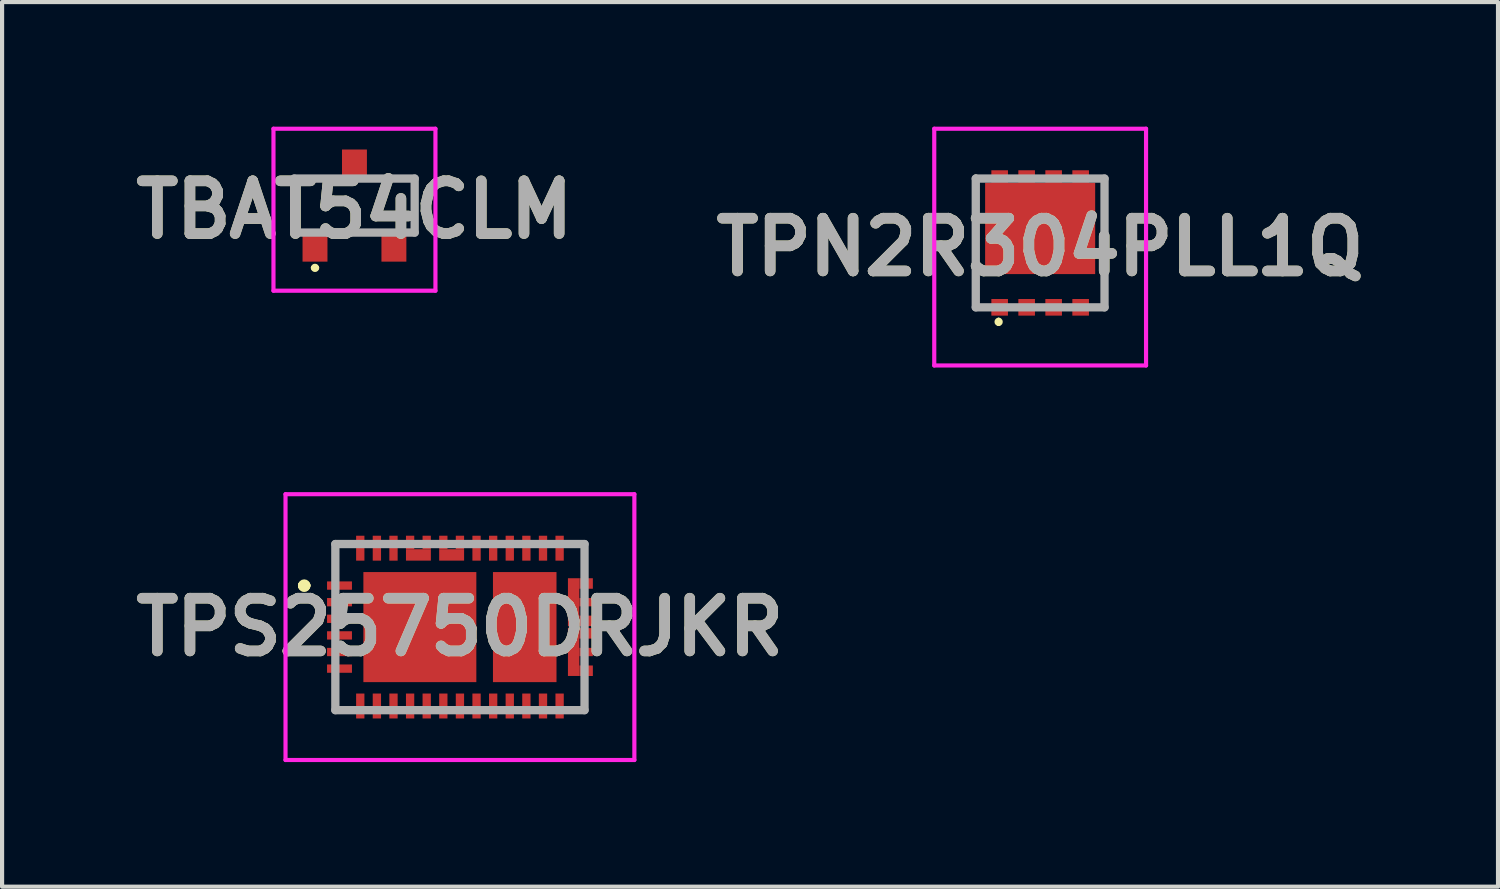
<source format=kicad_pcb>
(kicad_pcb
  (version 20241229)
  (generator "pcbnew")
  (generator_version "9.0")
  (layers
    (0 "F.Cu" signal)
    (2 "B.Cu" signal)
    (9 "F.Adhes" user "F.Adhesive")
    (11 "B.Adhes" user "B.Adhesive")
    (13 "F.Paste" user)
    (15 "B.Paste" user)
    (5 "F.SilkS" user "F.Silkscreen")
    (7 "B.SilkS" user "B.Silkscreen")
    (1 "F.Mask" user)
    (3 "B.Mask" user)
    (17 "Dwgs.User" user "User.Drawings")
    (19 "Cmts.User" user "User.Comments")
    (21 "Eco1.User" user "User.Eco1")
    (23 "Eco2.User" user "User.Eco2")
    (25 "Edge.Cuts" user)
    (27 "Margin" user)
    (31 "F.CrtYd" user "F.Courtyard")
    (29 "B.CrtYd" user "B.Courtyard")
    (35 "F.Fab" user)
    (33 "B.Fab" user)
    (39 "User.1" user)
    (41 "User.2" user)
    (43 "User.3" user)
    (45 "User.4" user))
  (footprint "TPS25750DRJKR"
    (layer "F.Cu")
    (at 8.025 12.05)
    (property "Reference" "TPS25750DRJKR" (at 0 0 0) (layer "F.SilkS") (effects (font (size 1.27 1.27) (thickness 0.254))))
    (attr smd)
    (fp_line (start -3.8 -1) (end -3.8 -1) (stroke (width 0.2) (type solid)) (layer "F.SilkS"))
    (fp_line (start -3.8 -1) (end -3.8 -1) (stroke (width 0.2) (type solid)) (layer "F.SilkS"))
    (fp_line (start -3.7 -1) (end -3.7 -1) (stroke (width 0.2) (type solid)) (layer "F.SilkS"))
    (fp_arc (start -3.8 -1) (mid -3.75 -1.05) (end -3.7 -1) (stroke (width 0.2) (type solid)) (layer "F.SilkS"))
    (fp_arc (start -3.7 -1) (mid -3.75 -0.95) (end -3.8 -1) (stroke (width 0.2) (type solid)) (layer "F.SilkS"))
    (fp_arc (start -3.7 -1) (mid -3.75 -0.95) (end -3.8 -1) (stroke (width 0.2) (type solid)) (layer "F.SilkS"))
    (fp_line (start -4.2 -3.2) (end 4.2 -3.2) (stroke (width 0.1) (type solid)) (layer "F.CrtYd"))
    (fp_line (start -4.2 3.2) (end -4.2 -3.2) (stroke (width 0.1) (type solid)) (layer "F.CrtYd"))
    (fp_line (start 4.2 -3.2) (end 4.2 3.2) (stroke (width 0.1) (type solid)) (layer "F.CrtYd"))
    (fp_line (start 4.2 3.2) (end -4.2 3.2) (stroke (width 0.1) (type solid)) (layer "F.CrtYd"))
    (fp_line (start -3 -2) (end -3 2) (stroke (width 0.2) (type solid)) (layer "F.Fab"))
    (fp_line (start -3 2) (end 3 2) (stroke (width 0.2) (type solid)) (layer "F.Fab"))
    (fp_line (start 3 -2) (end -3 -2) (stroke (width 0.2) (type solid)) (layer "F.Fab"))
    (fp_line (start 3 2) (end 3 -2) (stroke (width 0.2) (type solid)) (layer "F.Fab"))
    (fp_text user "${REFERENCE}" (at 0 0 0) (layer "F.Fab") (effects (font (size 1.27 1.27) (thickness 0.254))))
    (pad "1" smd rect (at -2.9 -1 90) (size 0.2 0.6) (layers "F.Cu" "F.Mask" "F.Paste"))
    (pad "2" smd rect (at -2.9 -0.6 90) (size 0.2 0.6) (layers "F.Cu" "F.Mask" "F.Paste"))
    (pad "3" smd rect (at -2.9 -0.2 90) (size 0.2 0.6) (layers "F.Cu" "F.Mask" "F.Paste"))
    (pad "4" smd rect (at -2.9 0.2 90) (size 0.2 0.6) (layers "F.Cu" "F.Mask" "F.Paste"))
    (pad "5" smd rect (at -2.9 0.6 90) (size 0.2 0.6) (layers "F.Cu" "F.Mask" "F.Paste"))
    (pad "6" smd rect (at -2.9 1 90) (size 0.2 0.6) (layers "F.Cu" "F.Mask" "F.Paste"))
    (pad "7" smd rect (at -2.4 1.9) (size 0.2 0.6) (layers "F.Cu" "F.Mask" "F.Paste"))
    (pad "8" smd rect (at -2 1.9) (size 0.2 0.6) (layers "F.Cu" "F.Mask" "F.Paste"))
    (pad "9" smd rect (at -1.6 1.9) (size 0.2 0.6) (layers "F.Cu" "F.Mask" "F.Paste"))
    (pad "10" smd rect (at -1.2 1.9) (size 0.2 0.6) (layers "F.Cu" "F.Mask" "F.Paste"))
    (pad "11" smd rect (at -0.8 1.9) (size 0.2 0.6) (layers "F.Cu" "F.Mask" "F.Paste"))
    (pad "12" smd rect (at -0.4 1.9) (size 0.2 0.6) (layers "F.Cu" "F.Mask" "F.Paste"))
    (pad "13" smd rect (at 0 1.9) (size 0.2 0.6) (layers "F.Cu" "F.Mask" "F.Paste"))
    (pad "14" smd rect (at 0.4 1.9) (size 0.2 0.6) (layers "F.Cu" "F.Mask" "F.Paste"))
    (pad "15" smd rect (at 0.8 1.9) (size 0.2 0.6) (layers "F.Cu" "F.Mask" "F.Paste"))
    (pad "16" smd rect (at 1.2 1.9) (size 0.2 0.6) (layers "F.Cu" "F.Mask" "F.Paste"))
    (pad "17" smd rect (at 1.6 1.9) (size 0.2 0.6) (layers "F.Cu" "F.Mask" "F.Paste"))
    (pad "18" smd rect (at 2 1.9) (size 0.2 0.6) (layers "F.Cu" "F.Mask" "F.Paste"))
    (pad "19" smd rect (at 2.4 1.9) (size 0.2 0.6) (layers "F.Cu" "F.Mask" "F.Paste"))
    (pad "20" smd rect (at 3.038 1.051 90) (size 0.253 0.325) (layers "F.Cu" "F.Mask" "F.Paste"))
    (pad "21" smd rect (at 3.038 0.6 90) (size 0.2 0.325) (layers "F.Cu" "F.Mask" "F.Paste"))
    (pad "22" smd rect (at 3.038 0.151 90) (size 0.253 0.325) (layers "F.Cu" "F.Mask" "F.Paste"))
    (pad "23" smd rect (at 3.038 -0.15 90) (size 0.253 0.325) (layers "F.Cu" "F.Mask" "F.Paste"))
    (pad "24" smd rect (at 3.038 -0.6 90) (size 0.2 0.325) (layers "F.Cu" "F.Mask" "F.Paste"))
    (pad "25" smd rect (at 3.038 -1.05 90) (size 0.253 0.325) (layers "F.Cu" "F.Mask" "F.Paste"))
    (pad "26" smd rect (at 2.4 -1.9) (size 0.2 0.6) (layers "F.Cu" "F.Mask" "F.Paste"))
    (pad "27" smd rect (at 2 -1.9) (size 0.2 0.6) (layers "F.Cu" "F.Mask" "F.Paste"))
    (pad "28" smd rect (at 1.6 -1.9) (size 0.2 0.6) (layers "F.Cu" "F.Mask" "F.Paste"))
    (pad "29" smd rect (at 1.2 -1.9) (size 0.2 0.6) (layers "F.Cu" "F.Mask" "F.Paste"))
    (pad "30" smd rect (at 0.8 -1.9) (size 0.2 0.6) (layers "F.Cu" "F.Mask" "F.Paste"))
    (pad "31" smd rect (at 0.4 -1.9) (size 0.2 0.6) (layers "F.Cu" "F.Mask" "F.Paste"))
    (pad "32" smd rect (at 0 -2.038) (size 0.2 0.325) (layers "F.Cu" "F.Mask" "F.Paste"))
    (pad "33" smd rect (at -0.4 -2.038) (size 0.2 0.325) (layers "F.Cu" "F.Mask" "F.Paste"))
    (pad "34" smd rect (at -0.8 -2.038) (size 0.2 0.325) (layers "F.Cu" "F.Mask" "F.Paste"))
    (pad "35" smd rect (at -1.2 -2.038) (size 0.2 0.325) (layers "F.Cu" "F.Mask" "F.Paste"))
    (pad "36" smd rect (at -1.6 -1.9) (size 0.2 0.6) (layers "F.Cu" "F.Mask" "F.Paste"))
    (pad "37" smd rect (at -2 -1.9) (size 0.2 0.6) (layers "F.Cu" "F.Mask" "F.Paste"))
    (pad "38" smd rect (at -2.4 -1.9) (size 0.2 0.6) (layers "F.Cu" "F.Mask" "F.Paste"))
    (pad "39" smd rect (at -0.965 0 90) (size 2.65 2.72) (layers "F.Cu" "F.Mask" "F.Paste"))
    (pad "40" smd rect (at 1.56 0) (size 1.53 2.65) (layers "F.Cu" "F.Mask" "F.Paste"))
    (pad "41" smd rect (at 2.738 0.6) (size 0.275 1.153) (layers "F.Cu" "F.Mask" "F.Paste"))
    (pad "42" smd rect (at 2.738 -0.6) (size 0.275 1.153) (layers "F.Cu" "F.Mask" "F.Paste"))
    (pad "43" smd rect (at -0.2 -1.738 90) (size 0.275 0.6) (layers "F.Cu" "F.Mask" "F.Paste"))
    (pad "44" smd rect (at -1 -1.738 90) (size 0.275 0.6) (layers "F.Cu" "F.Mask" "F.Paste")))
  (footprint "TPN2R304PLL1Q"
    (layer "F.Cu")
    (at 21.996 2.45)
    (property "Reference" "TPN2R304PLL1Q" (at 0 0.45 0) (layer "F.SilkS") (effects (font (size 1.27 1.27) (thickness 0.254))))
    (attr smd)
    (fp_line (start -1.55 -1.25) (end -1.55 1.9) (stroke (width 0.1) (type solid)) (layer "F.SilkS"))
    (fp_line (start -1 2.2) (end -1 2.2) (stroke (width 0.1) (type solid)) (layer "F.SilkS"))
    (fp_line (start -1 2.3) (end -1 2.3) (stroke (width 0.1) (type solid)) (layer "F.SilkS"))
    (fp_line (start 1.55 -1.2) (end 1.55 1.9) (stroke (width 0.1) (type solid)) (layer "F.SilkS"))
    (fp_arc (start -1 2.2) (mid -0.95 2.25) (end -1 2.3) (stroke (width 0.1) (type solid)) (layer "F.SilkS"))
    (fp_arc (start -1 2.3) (mid -1.05 2.25) (end -1 2.2) (stroke (width 0.1) (type solid)) (layer "F.SilkS"))
    (fp_line (start -2.55 -2.4) (end 2.55 -2.4) (stroke (width 0.1) (type solid)) (layer "F.CrtYd"))
    (fp_line (start -2.55 3.3) (end -2.55 -2.4) (stroke (width 0.1) (type solid)) (layer "F.CrtYd"))
    (fp_line (start 2.55 -2.4) (end 2.55 3.3) (stroke (width 0.1) (type solid)) (layer "F.CrtYd"))
    (fp_line (start 2.55 3.3) (end -2.55 3.3) (stroke (width 0.1) (type solid)) (layer "F.CrtYd"))
    (fp_line (start -1.55 -1.2) (end 1.55 -1.2) (stroke (width 0.2) (type solid)) (layer "F.Fab"))
    (fp_line (start -1.55 1.9) (end -1.55 -1.2) (stroke (width 0.2) (type solid)) (layer "F.Fab"))
    (fp_line (start 1.55 -1.2) (end 1.55 1.9) (stroke (width 0.2) (type solid)) (layer "F.Fab"))
    (fp_line (start 1.55 1.9) (end -1.55 1.9) (stroke (width 0.2) (type solid)) (layer "F.Fab"))
    (fp_text user "${REFERENCE}" (at 0 0.45 0) (layer "F.Fab") (effects (font (size 1.27 1.27) (thickness 0.254))))
    (pad "1" smd rect (at -0.975 1.9 90) (size 0.4 0.4) (layers "F.Cu" "F.Mask" "F.Paste"))
    (pad "2" smd rect (at -0.325 1.9 90) (size 0.4 0.4) (layers "F.Cu" "F.Mask" "F.Paste"))
    (pad "3" smd rect (at 0.325 1.9 90) (size 0.4 0.4) (layers "F.Cu" "F.Mask" "F.Paste"))
    (pad "4" smd rect (at 0.975 1.9 90) (size 0.4 0.4) (layers "F.Cu" "F.Mask" "F.Paste"))
    (pad "5" smd rect (at 0.975 -1.25 90) (size 0.3 0.4) (layers "F.Cu" "F.Mask" "F.Paste"))
    (pad "6" smd rect (at 0.325 -1.25 90) (size 0.3 0.4) (layers "F.Cu" "F.Mask" "F.Paste"))
    (pad "7" smd rect (at -0.325 -1.25 90) (size 0.3 0.4) (layers "F.Cu" "F.Mask" "F.Paste"))
    (pad "8" smd rect (at -0.975 -1.25 90) (size 0.3 0.4) (layers "F.Cu" "F.Mask" "F.Paste"))
    (pad "9" smd rect (at 0 0 90) (size 2.2 2.65) (layers "F.Cu" "F.Mask" "F.Paste")))
  (footprint "TBAT54CLM"
    (layer "F.Cu")
    (at 5.485 1.9)
    (property "Reference" "TBAT54CLM" (at 0 0.1 0) (layer "F.SilkS") (effects (font (size 1.27 1.27) (thickness 0.254))))
    (attr smd)
    (fp_line (start -1.45 -0.65) (end -0.5 -0.65) (stroke (width 0.1) (type solid)) (layer "F.SilkS"))
    (fp_line (start -1.45 0.65) (end -1.45 -0.65) (stroke (width 0.1) (type solid)) (layer "F.SilkS"))
    (fp_line (start -1 1.5) (end -1 1.5) (stroke (width 0.1) (type solid)) (layer "F.SilkS"))
    (fp_line (start -0.9 1.5) (end -0.9 1.5) (stroke (width 0.1) (type solid)) (layer "F.SilkS"))
    (fp_line (start -0.5 0.65) (end 0.5 0.65) (stroke (width 0.1) (type solid)) (layer "F.SilkS"))
    (fp_line (start 0.5 -0.65) (end 1.45 -0.65) (stroke (width 0.1) (type solid)) (layer "F.SilkS"))
    (fp_line (start 1.45 -0.65) (end 1.45 0.65) (stroke (width 0.1) (type solid)) (layer "F.SilkS"))
    (fp_arc (start -1 1.5) (mid -0.95 1.45) (end -0.9 1.5) (stroke (width 0.1) (type solid)) (layer "F.SilkS"))
    (fp_arc (start -0.9 1.5) (mid -0.95 1.55) (end -1 1.5) (stroke (width 0.1) (type solid)) (layer "F.SilkS"))
    (fp_line (start -1.95 -1.85) (end 1.95 -1.85) (stroke (width 0.1) (type solid)) (layer "F.CrtYd"))
    (fp_line (start -1.95 2.05) (end -1.95 -1.85) (stroke (width 0.1) (type solid)) (layer "F.CrtYd"))
    (fp_line (start 1.95 -1.85) (end 1.95 2.05) (stroke (width 0.1) (type solid)) (layer "F.CrtYd"))
    (fp_line (start 1.95 2.05) (end -1.95 2.05) (stroke (width 0.1) (type solid)) (layer "F.CrtYd"))
    (fp_line (start -1.45 -0.65) (end 1.45 -0.65) (stroke (width 0.2) (type solid)) (layer "F.Fab"))
    (fp_line (start -1.45 0.65) (end -1.45 -0.65) (stroke (width 0.2) (type solid)) (layer "F.Fab"))
    (fp_line (start 1.45 -0.65) (end 1.45 0.65) (stroke (width 0.2) (type solid)) (layer "F.Fab"))
    (fp_line (start 1.45 0.65) (end -1.45 0.65) (stroke (width 0.2) (type solid)) (layer "F.Fab"))
    (fp_text user "${REFERENCE}" (at 0 0.1 0) (layer "F.Fab") (effects (font (size 1.27 1.27) (thickness 0.254))))
    (pad "1" smd rect (at -0.95 1) (size 0.6 0.7) (layers "F.Cu" "F.Mask" "F.Paste"))
    (pad "2" smd rect (at 0.95 1) (size 0.6 0.7) (layers "F.Cu" "F.Mask" "F.Paste"))
    (pad "3" smd rect (at 0 -1) (size 0.6 0.7) (layers "F.Cu" "F.Mask" "F.Paste")))
  (gr_rect
    (start -3 -3)
    (end 33.021 18.3)
    (stroke (width 0.1) (type default))
    (fill no)
    (layer "Edge.Cuts")))
</source>
